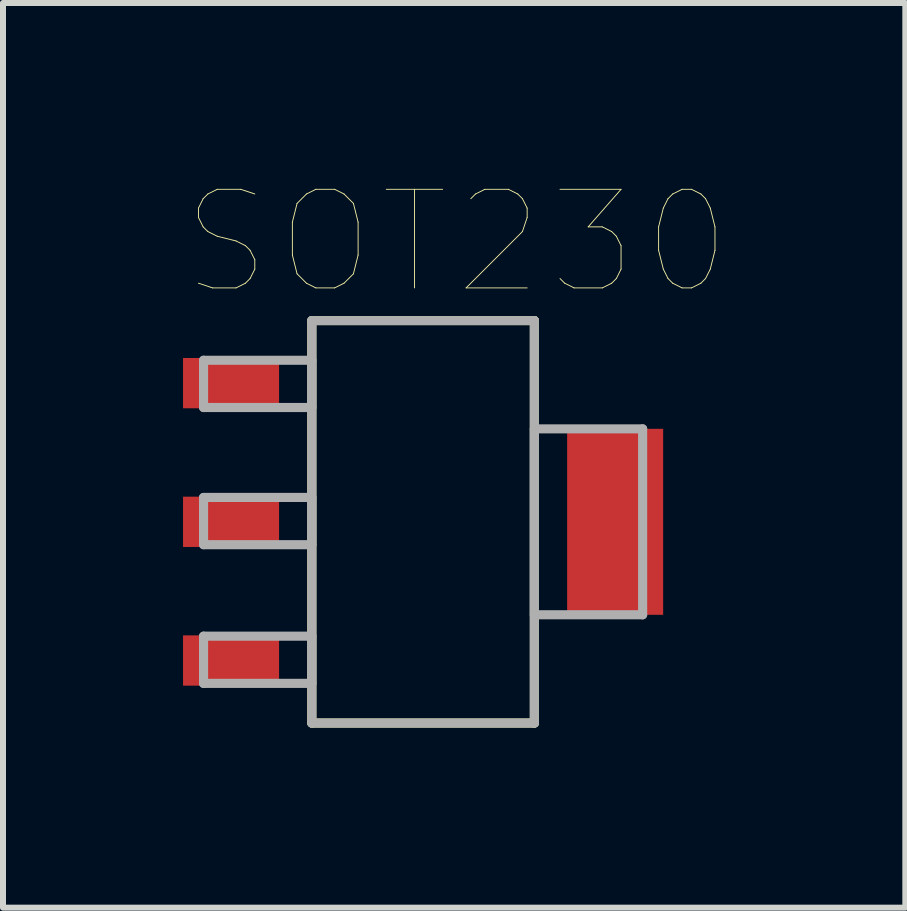
<source format=kicad_pcb>
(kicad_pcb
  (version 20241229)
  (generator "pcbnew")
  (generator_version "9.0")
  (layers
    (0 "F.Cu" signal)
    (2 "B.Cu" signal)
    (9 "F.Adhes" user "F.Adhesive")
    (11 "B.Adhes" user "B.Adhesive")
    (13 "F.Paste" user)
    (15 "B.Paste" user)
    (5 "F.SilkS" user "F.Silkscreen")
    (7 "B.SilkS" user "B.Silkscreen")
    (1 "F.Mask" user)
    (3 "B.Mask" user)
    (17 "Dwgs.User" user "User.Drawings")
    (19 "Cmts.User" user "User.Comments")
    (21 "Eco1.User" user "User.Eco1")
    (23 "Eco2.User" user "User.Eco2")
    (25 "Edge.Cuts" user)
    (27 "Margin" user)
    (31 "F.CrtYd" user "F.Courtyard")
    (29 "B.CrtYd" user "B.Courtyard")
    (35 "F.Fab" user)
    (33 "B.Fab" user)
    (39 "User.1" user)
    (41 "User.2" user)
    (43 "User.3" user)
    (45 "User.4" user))
  (footprint "SOT230"
    (layer "F.Cu")
    (at 4 5.645)
    (property "Reference" "SOT230" (at 0.56 -4.657 0) (layer "F.SilkS") (effects (font (size 1.643 1.643) (thickness 0.015))))
    (attr through_hole)
    (fp_line (start -1.854 -3.353) (end -1.854 3.353) (stroke (width 0.152) (type solid)) (layer "F.SilkS"))
    (fp_line (start -1.854 3.353) (end 1.854 3.353) (stroke (width 0.152) (type solid)) (layer "F.SilkS"))
    (fp_line (start 1.854 -3.353) (end -1.854 -3.353) (stroke (width 0.152) (type solid)) (layer "F.SilkS"))
    (fp_line (start 1.854 3.353) (end 1.854 -3.353) (stroke (width 0.152) (type solid)) (layer "F.SilkS"))
    (fp_line (start -3.658 -2.692) (end -3.658 -1.905) (stroke (width 0.152) (type solid)) (layer "F.Fab"))
    (fp_line (start -3.658 -1.905) (end -1.854 -1.905) (stroke (width 0.152) (type solid)) (layer "F.Fab"))
    (fp_line (start -3.658 -0.406) (end -3.658 0.381) (stroke (width 0.152) (type solid)) (layer "F.Fab"))
    (fp_line (start -3.658 0.381) (end -1.854 0.381) (stroke (width 0.152) (type solid)) (layer "F.Fab"))
    (fp_line (start -3.658 1.905) (end -3.658 2.692) (stroke (width 0.152) (type solid)) (layer "F.Fab"))
    (fp_line (start -3.658 2.692) (end -1.854 2.692) (stroke (width 0.152) (type solid)) (layer "F.Fab"))
    (fp_line (start -1.854 -3.353) (end -1.854 3.353) (stroke (width 0.152) (type solid)) (layer "F.Fab"))
    (fp_line (start -1.854 -2.692) (end -3.658 -2.692) (stroke (width 0.152) (type solid)) (layer "F.Fab"))
    (fp_line (start -1.854 -1.905) (end -1.854 -2.692) (stroke (width 0.152) (type solid)) (layer "F.Fab"))
    (fp_line (start -1.854 -0.406) (end -3.658 -0.406) (stroke (width 0.152) (type solid)) (layer "F.Fab"))
    (fp_line (start -1.854 0.381) (end -1.854 -0.406) (stroke (width 0.152) (type solid)) (layer "F.Fab"))
    (fp_line (start -1.854 1.905) (end -3.658 1.905) (stroke (width 0.152) (type solid)) (layer "F.Fab"))
    (fp_line (start -1.854 2.692) (end -1.854 1.905) (stroke (width 0.152) (type solid)) (layer "F.Fab"))
    (fp_line (start -1.854 3.353) (end 1.854 3.353) (stroke (width 0.152) (type solid)) (layer "F.Fab"))
    (fp_line (start 1.854 -3.353) (end -1.854 -3.353) (stroke (width 0.152) (type solid)) (layer "F.Fab"))
    (fp_line (start 1.854 -1.549) (end 1.854 1.549) (stroke (width 0.152) (type solid)) (layer "F.Fab"))
    (fp_line (start 1.854 1.549) (end 3.658 1.549) (stroke (width 0.152) (type solid)) (layer "F.Fab"))
    (fp_line (start 1.854 3.353) (end 1.854 -3.353) (stroke (width 0.152) (type solid)) (layer "F.Fab"))
    (fp_line (start 3.658 -1.549) (end 1.854 -1.549) (stroke (width 0.152) (type solid)) (layer "F.Fab"))
    (fp_line (start 3.658 1.549) (end 3.658 -1.549) (stroke (width 0.152) (type solid)) (layer "F.Fab"))
    (pad "1" smd rect (at -3.2 -2.311) (size 1.6 0.838) (layers "F.Cu" "F.Mask" "F.Paste"))
    (pad "2" smd rect (at -3.2 0) (size 1.6 0.838) (layers "F.Cu" "F.Mask" "F.Paste"))
    (pad "3" smd rect (at -3.2 2.311) (size 1.6 0.838) (layers "F.Cu" "F.Mask" "F.Paste"))
    (pad "4" smd rect (at 3.2 0) (size 1.6 3.099) (layers "F.Cu" "F.Mask" "F.Paste")))
  (gr_rect
    (start -3 -3)
    (end 12.035 12.074)
    (stroke (width 0.1) (type default))
    (fill no)
    (layer "Edge.Cuts")))
</source>
